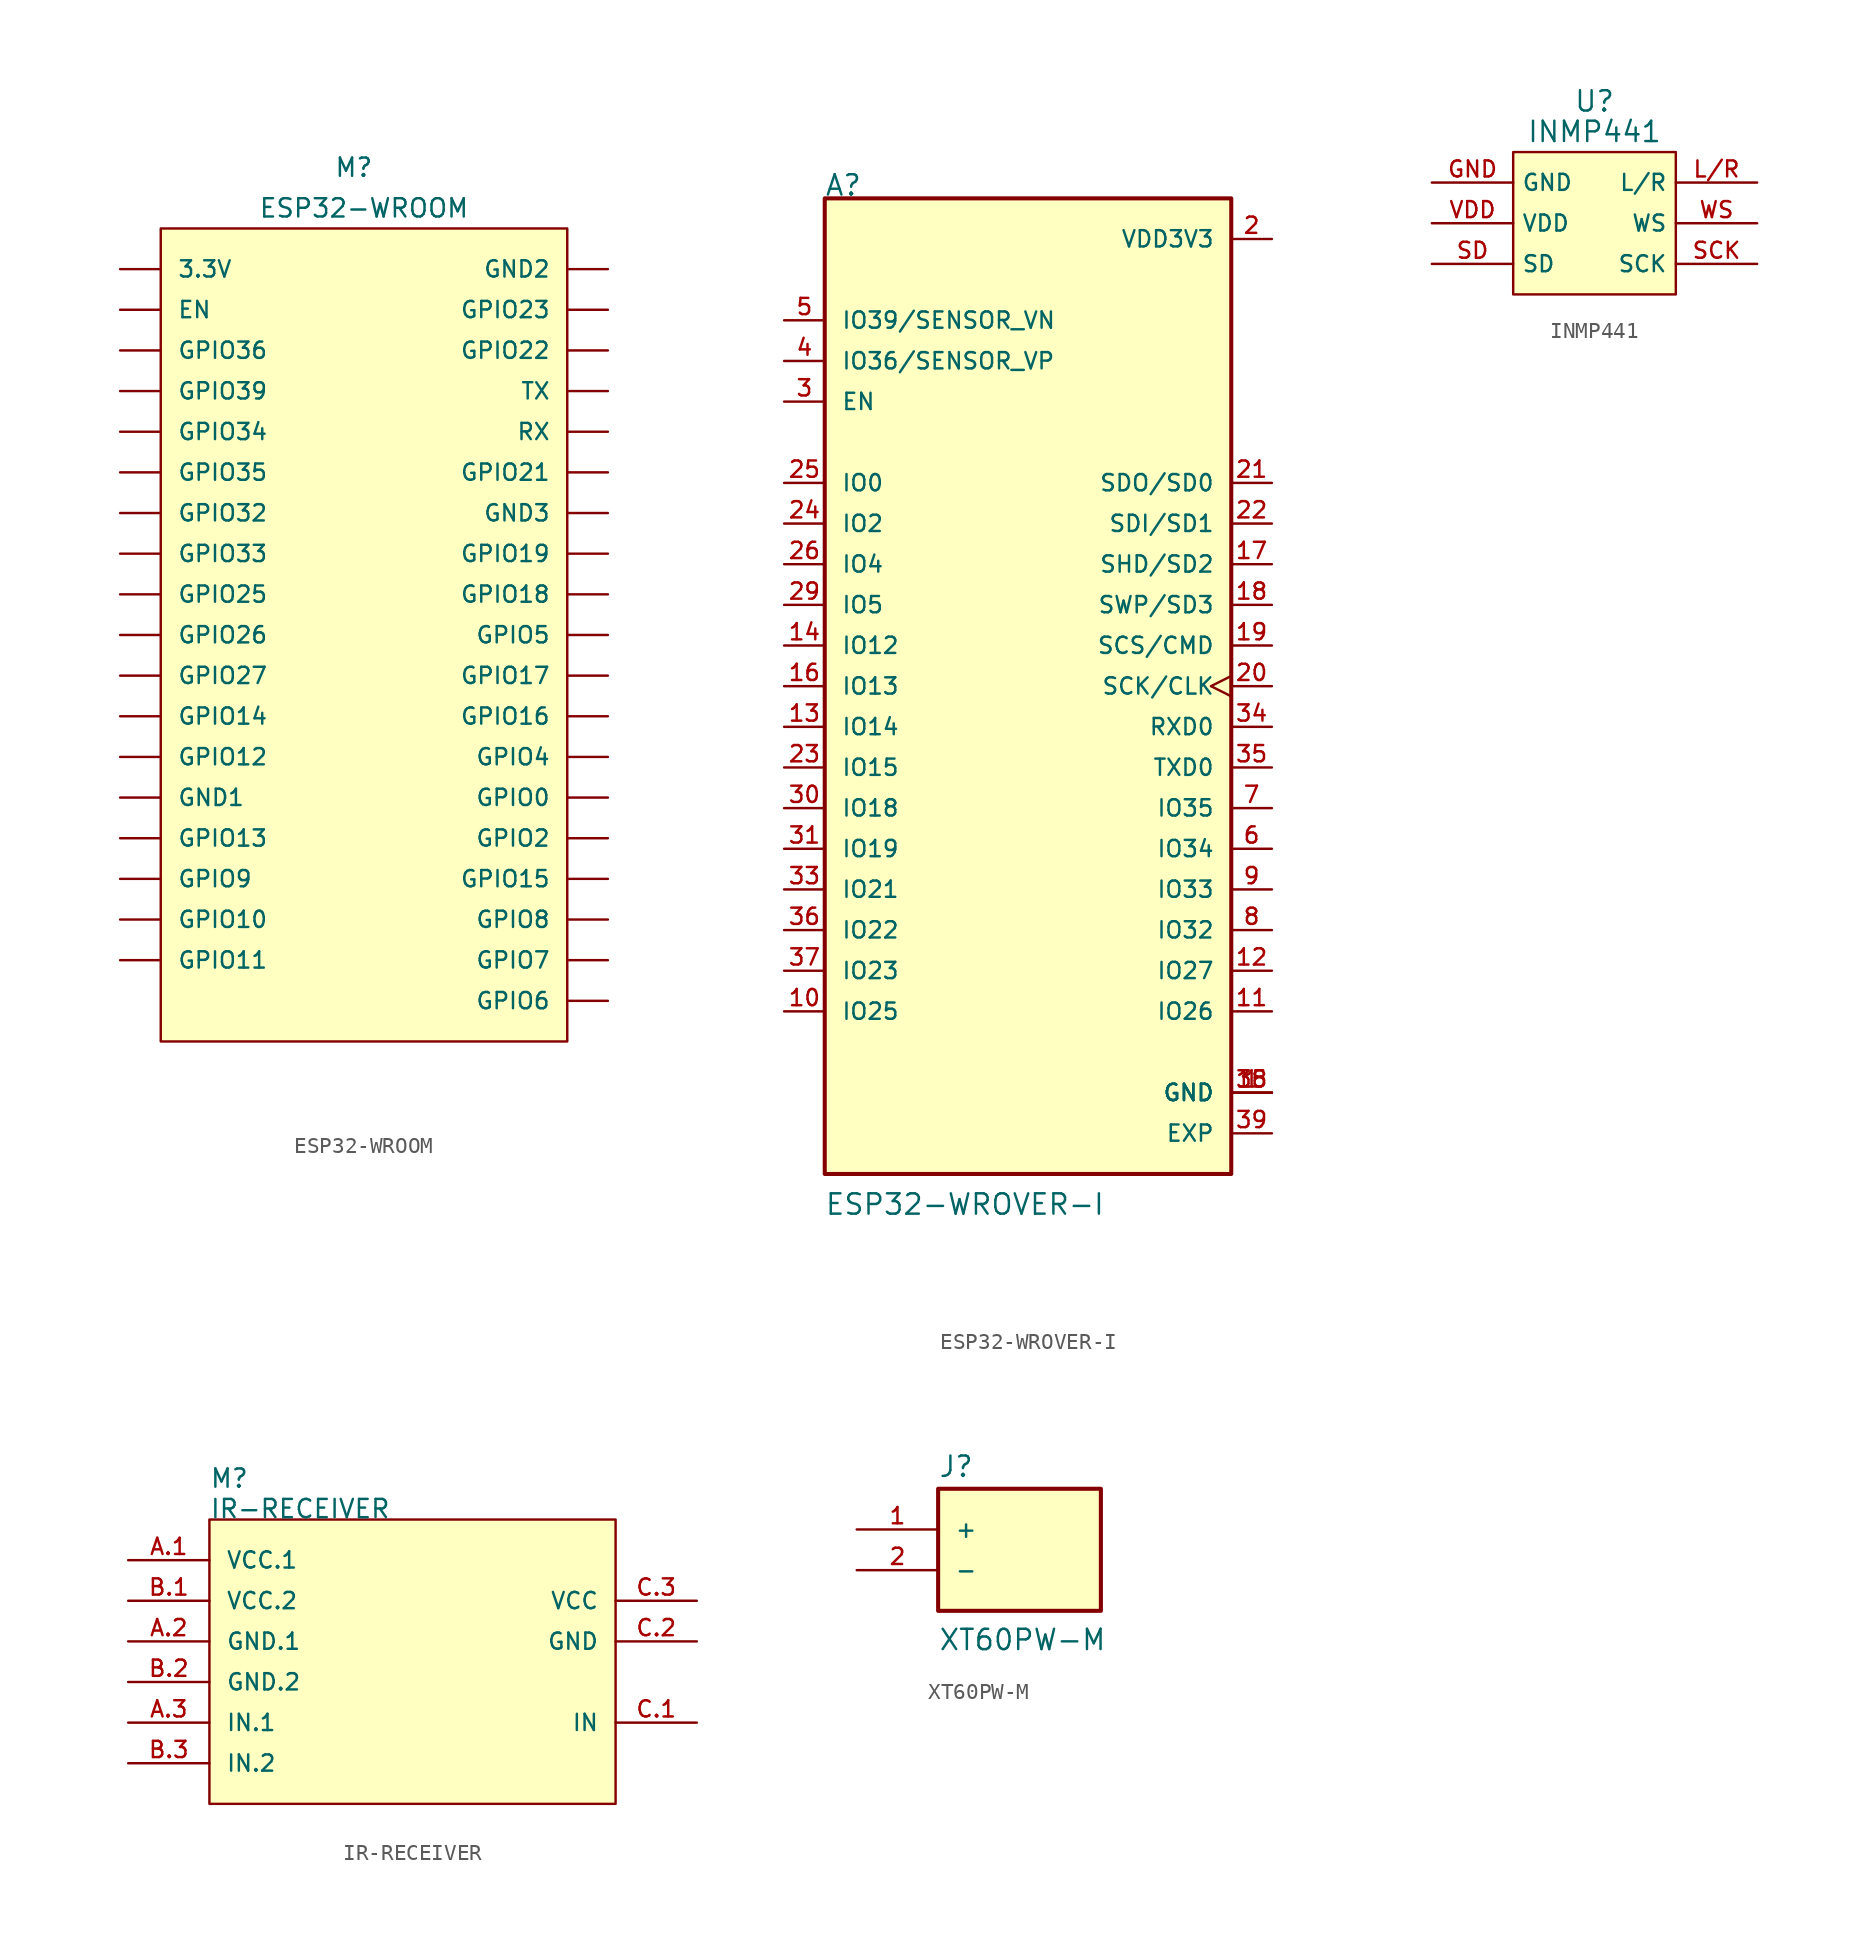
<source format=kicad_sym>
(kicad_symbol_lib
  (version 20211014)
  (generator kicad_symbol_editor)
  (symbol "ESP32-WROOM"
    (pin_numbers hide)
    (pin_names
      (offset 1.016))
    (property "Reference" "M"
      (at -0.635 29.21 0)
      (effects (font (size 1.143 1.143))))
    (property "Value" "ESP32-WROOM"
      (at 0 26.67 0)
      (effects (font (size 1.143 1.143))))
    (property "ki_locked" ""
      (at 0 0 0)
      (effects (font (size 1.27 1.27))))
    (symbol "ESP32-WROOM_1_1"
      (rectangle (start -12.7 25.4) (end 12.7 -25.4) (stroke (width 0) (type default) (color 0 0 0 0)) (fill (type background)))
      (pin bidirectional line (at -15.24 22.86 0) (length 2.54) (name "3.3V" (effects (font (size 1.016 1.016)))) (number "3V3" (effects (font (size 1.016 1.016)))))
      (pin bidirectional line (at 15.24 -22.86 180) (length 2.54) (name "GPIO6" (effects (font (size 1.016 1.016)))) (number "CLK" (effects (font (size 1.016 1.016)))))
      (pin bidirectional line (at -15.24 -20.32 0) (length 2.54) (name "GPIO11" (effects (font (size 1.016 1.016)))) (number "CMD" (effects (font (size 1.016 1.016)))))
      (pin bidirectional line (at -15.24 20.32 0) (length 2.54) (name "EN" (effects (font (size 1.016 1.016)))) (number "EN" (effects (font (size 1.016 1.016)))))
      (pin bidirectional line (at -15.24 -10.16 0) (length 2.54) (name "GND1" (effects (font (size 1.016 1.016)))) (number "GND1" (effects (font (size 1.016 1.016)))))
      (pin bidirectional line (at 15.24 22.86 180) (length 2.54) (name "GND2" (effects (font (size 1.016 1.016)))) (number "GND2" (effects (font (size 1.016 1.016)))))
      (pin bidirectional line (at 15.24 7.62 180) (length 2.54) (name "GND3" (effects (font (size 1.016 1.016)))) (number "GND3" (effects (font (size 1.016 1.016)))))
      (pin bidirectional line (at 15.24 -10.16 180) (length 2.54) (name "GPIO0" (effects (font (size 1.016 1.016)))) (number "IO0" (effects (font (size 1.016 1.016)))))
      (pin bidirectional line (at -15.24 -7.62 0) (length 2.54) (name "GPIO12" (effects (font (size 1.016 1.016)))) (number "IO12" (effects (font (size 1.016 1.016)))))
      (pin bidirectional line (at -15.24 -12.7 0) (length 2.54) (name "GPIO13" (effects (font (size 1.016 1.016)))) (number "IO13" (effects (font (size 1.016 1.016)))))
      (pin bidirectional line (at -15.24 -5.08 0) (length 2.54) (name "GPIO14" (effects (font (size 1.016 1.016)))) (number "IO14" (effects (font (size 1.016 1.016)))))
      (pin bidirectional line (at 15.24 -15.24 180) (length 2.54) (name "GPIO15" (effects (font (size 1.016 1.016)))) (number "IO15" (effects (font (size 1.016 1.016)))))
      (pin bidirectional line (at 15.24 -5.08 180) (length 2.54) (name "GPIO16" (effects (font (size 1.016 1.016)))) (number "IO16" (effects (font (size 1.016 1.016)))))
      (pin bidirectional line (at 15.24 -2.54 180) (length 2.54) (name "GPIO17" (effects (font (size 1.016 1.016)))) (number "IO17" (effects (font (size 1.016 1.016)))))
      (pin bidirectional line (at 15.24 2.54 180) (length 2.54) (name "GPIO18" (effects (font (size 1.016 1.016)))) (number "IO18" (effects (font (size 1.016 1.016)))))
      (pin bidirectional line (at 15.24 5.08 180) (length 2.54) (name "GPIO19" (effects (font (size 1.016 1.016)))) (number "IO19" (effects (font (size 1.016 1.016)))))
      (pin bidirectional line (at 15.24 -12.7 180) (length 2.54) (name "GPIO2" (effects (font (size 1.016 1.016)))) (number "IO2" (effects (font (size 1.016 1.016)))))
      (pin bidirectional line (at 15.24 10.16 180) (length 2.54) (name "GPIO21" (effects (font (size 1.016 1.016)))) (number "IO21" (effects (font (size 1.016 1.016)))))
      (pin bidirectional line (at 15.24 17.78 180) (length 2.54) (name "GPIO22" (effects (font (size 1.016 1.016)))) (number "IO22" (effects (font (size 1.016 1.016)))))
      (pin bidirectional line (at 15.24 20.32 180) (length 2.54) (name "GPIO23" (effects (font (size 1.016 1.016)))) (number "IO23" (effects (font (size 1.016 1.016)))))
      (pin bidirectional line (at -15.24 2.54 0) (length 2.54) (name "GPIO25" (effects (font (size 1.016 1.016)))) (number "IO25" (effects (font (size 1.016 1.016)))))
      (pin bidirectional line (at -15.24 0 0) (length 2.54) (name "GPIO26" (effects (font (size 1.016 1.016)))) (number "IO26" (effects (font (size 1.016 1.016)))))
      (pin bidirectional line (at -15.24 -2.54 0) (length 2.54) (name "GPIO27" (effects (font (size 1.016 1.016)))) (number "IO27" (effects (font (size 1.016 1.016)))))
      (pin bidirectional line (at -15.24 7.62 0) (length 2.54) (name "GPIO32" (effects (font (size 1.016 1.016)))) (number "IO32" (effects (font (size 1.016 1.016)))))
      (pin bidirectional line (at -15.24 5.08 0) (length 2.54) (name "GPIO33" (effects (font (size 1.016 1.016)))) (number "IO33" (effects (font (size 1.016 1.016)))))
      (pin bidirectional line (at -15.24 12.7 0) (length 2.54) (name "GPIO34" (effects (font (size 1.016 1.016)))) (number "IO34" (effects (font (size 1.016 1.016)))))
      (pin bidirectional line (at -15.24 10.16 0) (length 2.54) (name "GPIO35" (effects (font (size 1.016 1.016)))) (number "IO35" (effects (font (size 1.016 1.016)))))
      (pin bidirectional line (at 15.24 -7.62 180) (length 2.54) (name "GPIO4" (effects (font (size 1.016 1.016)))) (number "IO4" (effects (font (size 1.016 1.016)))))
      (pin bidirectional line (at 15.24 0 180) (length 2.54) (name "GPIO5" (effects (font (size 1.016 1.016)))) (number "IO5" (effects (font (size 1.016 1.016)))))
      (pin bidirectional line (at 15.24 12.7 180) (length 2.54) (name "RX" (effects (font (size 1.016 1.016)))) (number "RX" (effects (font (size 1.016 1.016)))))
      (pin bidirectional line (at 15.24 -20.32 180) (length 2.54) (name "GPIO7" (effects (font (size 1.016 1.016)))) (number "SD0" (effects (font (size 1.016 1.016)))))
      (pin bidirectional line (at 15.24 -17.78 180) (length 2.54) (name "GPIO8" (effects (font (size 1.016 1.016)))) (number "SD1" (effects (font (size 1.016 1.016)))))
      (pin bidirectional line (at -15.24 -15.24 0) (length 2.54) (name "GPIO9" (effects (font (size 1.016 1.016)))) (number "SD2" (effects (font (size 1.016 1.016)))))
      (pin bidirectional line (at -15.24 -17.78 0) (length 2.54) (name "GPIO10" (effects (font (size 1.016 1.016)))) (number "SD3" (effects (font (size 1.016 1.016)))))
      (pin bidirectional line (at -15.24 15.24 0) (length 2.54) (name "GPIO39" (effects (font (size 1.016 1.016)))) (number "SENSOR_VN" (effects (font (size 1.016 1.016)))))
      (pin bidirectional line (at -15.24 17.78 0) (length 2.54) (name "GPIO36" (effects (font (size 1.016 1.016)))) (number "SENSOR_VP" (effects (font (size 1.016 1.016)))))
      (pin bidirectional line (at 15.24 15.24 180) (length 2.54) (name "TX" (effects (font (size 1.016 1.016)))) (number "TX" (effects (font (size 1.016 1.016)))))))
  (symbol "ESP32-WROVER-I"
    (pin_names
      (offset 1.016))
    (property "Reference" "A"
      (at -12.725 30.556 0)
      (effects (font (size 1.27 1.27)) (justify left bottom)))
    (property "Value" "ESP32-WROVER-I"
      (at -12.725 -33.122 0)
      (effects (font (size 1.27 1.27)) (justify left bottom)))
    (symbol "ESP32-WROVER-I_0_0"
      (rectangle (start -12.7 -30.48) (end 12.7 30.48) (stroke (width 0.254) (type default) (color 0 0 0 0)) (fill (type background)))
      (pin power_in line (at 15.24 -25.4 180) (length 2.54) (name "GND" (effects (font (size 1.016 1.016)))) (number "1" (effects (font (size 1.016 1.016)))))
      (pin bidirectional line (at -15.24 -20.32 0) (length 2.54) (name "IO25" (effects (font (size 1.016 1.016)))) (number "10" (effects (font (size 1.016 1.016)))))
      (pin bidirectional line (at 15.24 -20.32 180) (length 2.54) (name "IO26" (effects (font (size 1.016 1.016)))) (number "11" (effects (font (size 1.016 1.016)))))
      (pin bidirectional line (at 15.24 -17.78 180) (length 2.54) (name "IO27" (effects (font (size 1.016 1.016)))) (number "12" (effects (font (size 1.016 1.016)))))
      (pin bidirectional line (at -15.24 -2.54 0) (length 2.54) (name "IO14" (effects (font (size 1.016 1.016)))) (number "13" (effects (font (size 1.016 1.016)))))
      (pin bidirectional line (at -15.24 2.54 0) (length 2.54) (name "IO12" (effects (font (size 1.016 1.016)))) (number "14" (effects (font (size 1.016 1.016)))))
      (pin power_in line (at 15.24 -25.4 180) (length 2.54) (name "GND" (effects (font (size 1.016 1.016)))) (number "15" (effects (font (size 1.016 1.016)))))
      (pin bidirectional line (at -15.24 0 0) (length 2.54) (name "IO13" (effects (font (size 1.016 1.016)))) (number "16" (effects (font (size 1.016 1.016)))))
      (pin bidirectional line (at 15.24 7.62 180) (length 2.54) (name "SHD/SD2" (effects (font (size 1.016 1.016)))) (number "17" (effects (font (size 1.016 1.016)))))
      (pin bidirectional line (at 15.24 5.08 180) (length 2.54) (name "SWP/SD3" (effects (font (size 1.016 1.016)))) (number "18" (effects (font (size 1.016 1.016)))))
      (pin bidirectional line (at 15.24 2.54 180) (length 2.54) (name "SCS/CMD" (effects (font (size 1.016 1.016)))) (number "19" (effects (font (size 1.016 1.016)))))
      (pin power_in line (at 15.24 27.94 180) (length 2.54) (name "VDD3V3" (effects (font (size 1.016 1.016)))) (number "2" (effects (font (size 1.016 1.016)))))
      (pin bidirectional clock (at 15.24 0 180) (length 2.54) (name "SCK/CLK" (effects (font (size 1.016 1.016)))) (number "20" (effects (font (size 1.016 1.016)))))
      (pin bidirectional line (at 15.24 12.7 180) (length 2.54) (name "SDO/SD0" (effects (font (size 1.016 1.016)))) (number "21" (effects (font (size 1.016 1.016)))))
      (pin bidirectional line (at 15.24 10.16 180) (length 2.54) (name "SDI/SD1" (effects (font (size 1.016 1.016)))) (number "22" (effects (font (size 1.016 1.016)))))
      (pin bidirectional line (at -15.24 -5.08 0) (length 2.54) (name "IO15" (effects (font (size 1.016 1.016)))) (number "23" (effects (font (size 1.016 1.016)))))
      (pin bidirectional line (at -15.24 10.16 0) (length 2.54) (name "IO2" (effects (font (size 1.016 1.016)))) (number "24" (effects (font (size 1.016 1.016)))))
      (pin bidirectional line (at -15.24 12.7 0) (length 2.54) (name "IO0" (effects (font (size 1.016 1.016)))) (number "25" (effects (font (size 1.016 1.016)))))
      (pin bidirectional line (at -15.24 7.62 0) (length 2.54) (name "IO4" (effects (font (size 1.016 1.016)))) (number "26" (effects (font (size 1.016 1.016)))))
      (pin bidirectional line (at -15.24 5.08 0) (length 2.54) (name "IO5" (effects (font (size 1.016 1.016)))) (number "29" (effects (font (size 1.016 1.016)))))
      (pin input line (at -15.24 17.78 0) (length 2.54) (name "EN" (effects (font (size 1.016 1.016)))) (number "3" (effects (font (size 1.016 1.016)))))
      (pin bidirectional line (at -15.24 -7.62 0) (length 2.54) (name "IO18" (effects (font (size 1.016 1.016)))) (number "30" (effects (font (size 1.016 1.016)))))
      (pin bidirectional line (at -15.24 -10.16 0) (length 2.54) (name "IO19" (effects (font (size 1.016 1.016)))) (number "31" (effects (font (size 1.016 1.016)))))
      (pin bidirectional line (at -15.24 -12.7 0) (length 2.54) (name "IO21" (effects (font (size 1.016 1.016)))) (number "33" (effects (font (size 1.016 1.016)))))
      (pin bidirectional line (at 15.24 -2.54 180) (length 2.54) (name "RXD0" (effects (font (size 1.016 1.016)))) (number "34" (effects (font (size 1.016 1.016)))))
      (pin bidirectional line (at 15.24 -5.08 180) (length 2.54) (name "TXD0" (effects (font (size 1.016 1.016)))) (number "35" (effects (font (size 1.016 1.016)))))
      (pin bidirectional line (at -15.24 -15.24 0) (length 2.54) (name "IO22" (effects (font (size 1.016 1.016)))) (number "36" (effects (font (size 1.016 1.016)))))
      (pin bidirectional line (at -15.24 -17.78 0) (length 2.54) (name "IO23" (effects (font (size 1.016 1.016)))) (number "37" (effects (font (size 1.016 1.016)))))
      (pin power_in line (at 15.24 -25.4 180) (length 2.54) (name "GND" (effects (font (size 1.016 1.016)))) (number "38" (effects (font (size 1.016 1.016)))))
      (pin power_in line (at 15.24 -27.94 180) (length 2.54) (name "EXP" (effects (font (size 1.016 1.016)))) (number "39" (effects (font (size 1.016 1.016)))))
      (pin input line (at -15.24 20.32 0) (length 2.54) (name "IO36/SENSOR_VP" (effects (font (size 1.016 1.016)))) (number "4" (effects (font (size 1.016 1.016)))))
      (pin input line (at -15.24 22.86 0) (length 2.54) (name "IO39/SENSOR_VN" (effects (font (size 1.016 1.016)))) (number "5" (effects (font (size 1.016 1.016)))))
      (pin input line (at 15.24 -10.16 180) (length 2.54) (name "IO34" (effects (font (size 1.016 1.016)))) (number "6" (effects (font (size 1.016 1.016)))))
      (pin input line (at 15.24 -7.62 180) (length 2.54) (name "IO35" (effects (font (size 1.016 1.016)))) (number "7" (effects (font (size 1.016 1.016)))))
      (pin bidirectional line (at 15.24 -15.24 180) (length 2.54) (name "IO32" (effects (font (size 1.016 1.016)))) (number "8" (effects (font (size 1.016 1.016)))))
      (pin bidirectional line (at 15.24 -12.7 180) (length 2.54) (name "IO33" (effects (font (size 1.016 1.016)))) (number "9" (effects (font (size 1.016 1.016)))))))
  (symbol "INMP441"
    (property "Reference" "U"
      (at 0 7.62 0)
      (effects (font (size 1.27 1.27))))
    (property "Value" "INMP441"
      (at 0 5.715 0)
      (effects (font (size 1.27 1.27))))
    (symbol "INMP441_0_1"
      (rectangle (start -5.08 4.445) (end 5.08 -4.445) (stroke (width 0) (type default) (color 0 0 0 0)) (fill (type background))))
    (symbol "INMP441_1_1"
      (pin input line (at -10.16 2.54 0) (length 5.08) (name "GND" (effects (font (size 1 1)))) (number "GND" (effects (font (size 1 1)))))
      (pin input line (at 10.16 2.54 180) (length 5.08) (name "L/R" (effects (font (size 1 1)))) (number "L/R" (effects (font (size 1 1)))))
      (pin input line (at 10.16 -2.54 180) (length 5.08) (name "SCK" (effects (font (size 1 1)))) (number "SCK" (effects (font (size 1 1)))))
      (pin input line (at -10.16 -2.54 0) (length 5.08) (name "SD" (effects (font (size 1 1)))) (number "SD" (effects (font (size 1 1)))))
      (pin input line (at -10.16 0 0) (length 5.08) (name "VDD" (effects (font (size 1 1)))) (number "VDD" (effects (font (size 1 1)))))
      (pin input line (at 10.16 0 180) (length 5.08) (name "WS" (effects (font (size 1 1)))) (number "WS" (effects (font (size 1 1)))))))
  (symbol "IR-RECEIVER"
    (pin_names
      (offset 1.016))
    (property "Reference" "M"
      (at -12.7 9.525 0)
      (effects (font (size 1.143 1.143)) (justify left bottom)))
    (property "Value" "IR-RECEIVER"
      (at -12.7 7.62 0)
      (effects (font (size 1.143 1.143)) (justify left bottom)))
    (property "ki_locked" ""
      (at 0 0 0)
      (effects (font (size 1.27 1.27))))
    (symbol "IR-RECEIVER_1_0"
      (rectangle (start -12.7 7.62) (end 12.7 -10.16) (stroke (width 0) (type default) (color 0 0 0 0)) (fill (type background))))
    (symbol "IR-RECEIVER_1_1"
      (pin bidirectional line (at -17.78 5.08 0) (length 5.08) (name "VCC.1" (effects (font (size 1.016 1.016)))) (number "A.1" (effects (font (size 1.016 1.016)))))
      (pin bidirectional line (at -17.78 0 0) (length 5.08) (name "GND.1" (effects (font (size 1.016 1.016)))) (number "A.2" (effects (font (size 1.016 1.016)))))
      (pin bidirectional line (at -17.78 -5.08 0) (length 5.08) (name "IN.1" (effects (font (size 1.016 1.016)))) (number "A.3" (effects (font (size 1.016 1.016)))))
      (pin bidirectional line (at -17.78 2.54 0) (length 5.08) (name "VCC.2" (effects (font (size 1.016 1.016)))) (number "B.1" (effects (font (size 1.016 1.016)))))
      (pin bidirectional line (at -17.78 -2.54 0) (length 5.08) (name "GND.2" (effects (font (size 1.016 1.016)))) (number "B.2" (effects (font (size 1.016 1.016)))))
      (pin bidirectional line (at -17.78 -7.62 0) (length 5.08) (name "IN.2" (effects (font (size 1.016 1.016)))) (number "B.3" (effects (font (size 1.016 1.016)))))
      (pin bidirectional line (at 17.78 -5.08 180) (length 5.08) (name "IN" (effects (font (size 1.016 1.016)))) (number "C.1" (effects (font (size 1.016 1.016)))))
      (pin bidirectional line (at 17.78 0 180) (length 5.08) (name "GND" (effects (font (size 1.016 1.016)))) (number "C.2" (effects (font (size 1.016 1.016)))))
      (pin bidirectional line (at 17.78 2.54 180) (length 5.08) (name "VCC" (effects (font (size 1.016 1.016)))) (number "C.3" (effects (font (size 1.016 1.016)))))))
  (symbol "XT60PW-M"
    (pin_names
      (offset 1.016))
    (property "Reference" "J"
      (at -5.08 5.723 0)
      (effects (font (size 1.27 1.27)) (justify left bottom)))
    (property "Value" "XT60PW-M"
      (at -5.08 -5.092 0)
      (effects (font (size 1.27 1.27)) (justify left bottom)))
    (symbol "XT60PW-M_0_0"
      (rectangle (start -5.08 -2.54) (end 5.08 5.08) (stroke (width 0.254) (type default) (color 0 0 0 0)) (fill (type background)))
      (pin passive line (at -10.16 2.54 0) (length 5.08) (name "+" (effects (font (size 1.016 1.016)))) (number "1" (effects (font (size 1.016 1.016)))))
      (pin passive line (at -10.16 0 0) (length 5.08) (name "-" (effects (font (size 1.016 1.016)))) (number "2" (effects (font (size 1.016 1.016))))))))
</source>
